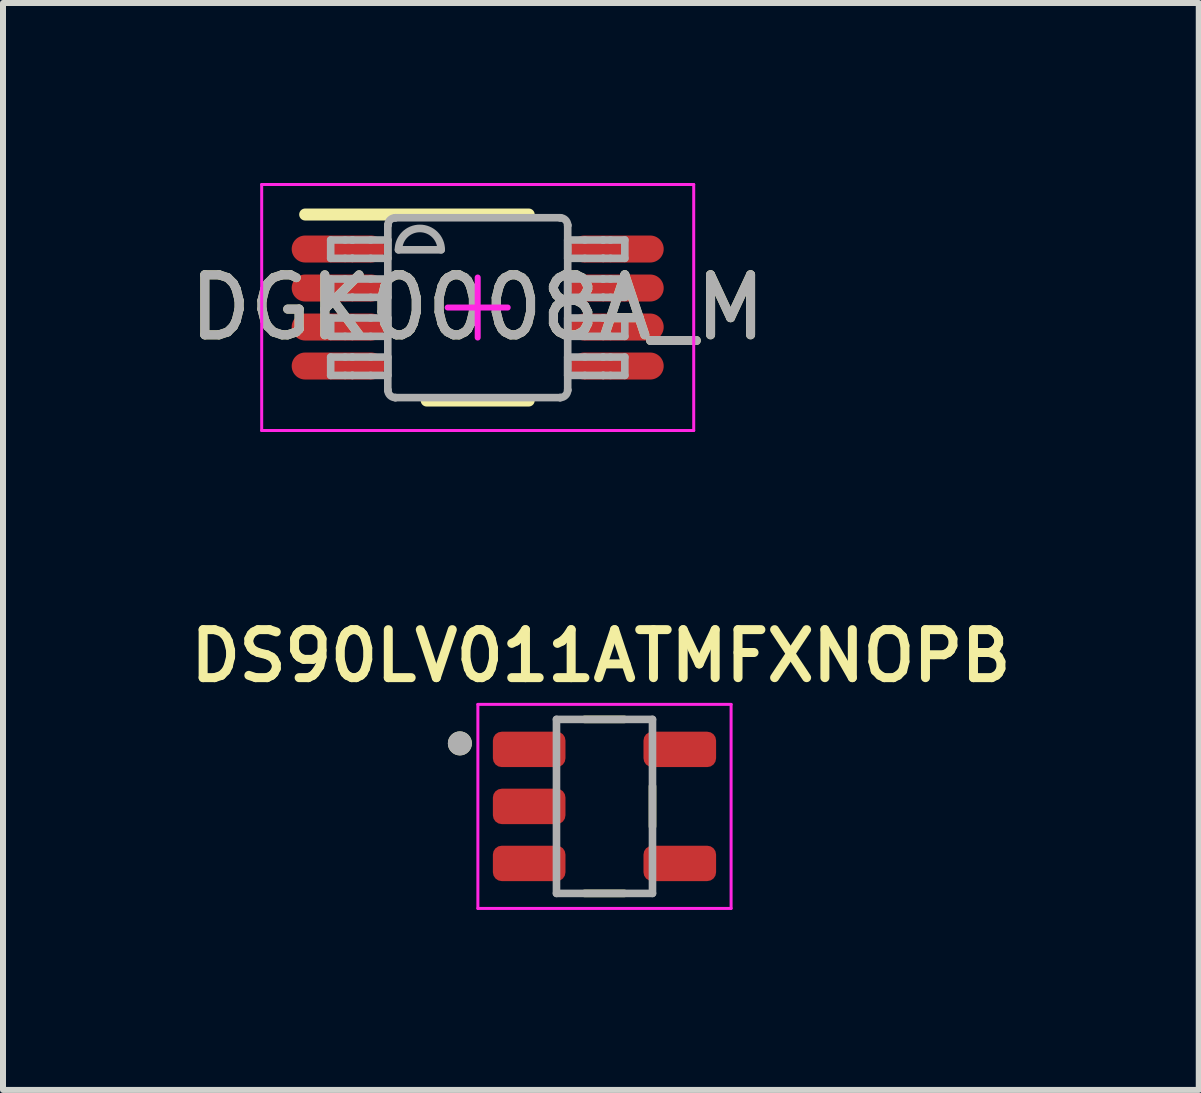
<source format=kicad_pcb>
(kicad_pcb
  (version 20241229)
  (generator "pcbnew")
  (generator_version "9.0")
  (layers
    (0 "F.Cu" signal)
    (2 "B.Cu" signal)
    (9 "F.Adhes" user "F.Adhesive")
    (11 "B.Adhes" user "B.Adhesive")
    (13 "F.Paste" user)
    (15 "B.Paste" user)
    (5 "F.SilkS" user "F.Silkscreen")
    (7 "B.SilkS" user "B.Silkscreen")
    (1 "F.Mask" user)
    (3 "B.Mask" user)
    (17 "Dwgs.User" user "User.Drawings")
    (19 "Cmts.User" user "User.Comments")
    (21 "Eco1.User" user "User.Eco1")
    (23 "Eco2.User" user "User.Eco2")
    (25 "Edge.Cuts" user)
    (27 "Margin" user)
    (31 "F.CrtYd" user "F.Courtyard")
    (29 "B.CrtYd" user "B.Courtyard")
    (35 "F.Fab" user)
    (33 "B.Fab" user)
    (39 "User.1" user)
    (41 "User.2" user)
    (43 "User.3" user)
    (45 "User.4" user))
  (footprint "DGK0008A_M"
    (layer "F.Cu")
    (at 4.911 2.075)
    (property "Reference" "DGK0008A_M" (at 0 0 0) (unlocked yes) (layer "F.SilkS") (effects (font (size 1 1) (thickness 0.15))))
    (attr smd)
    (fp_line (start -2.875 -1.55) (end 0.85 -1.55) (stroke (width 0.2) (type solid)) (layer "F.SilkS"))
    (fp_line (start -0.85 1.55) (end 0.85 1.55) (stroke (width 0.2) (type solid)) (layer "F.SilkS"))
    (fp_line (start -3.6 -2.05) (end 3.6 -2.05) (stroke (width 0.05) (type solid)) (layer "F.CrtYd"))
    (fp_line (start -3.6 2.05) (end -3.6 -2.05) (stroke (width 0.05) (type solid)) (layer "F.CrtYd"))
    (fp_line (start -3.6 2.05) (end 3.6 2.05) (stroke (width 0.05) (type solid)) (layer "F.CrtYd"))
    (fp_line (start -0.5 0) (end 0.5 0) (stroke (width 0.1) (type solid)) (layer "F.CrtYd"))
    (fp_line (start 0 0.5) (end 0 -0.5) (stroke (width 0.1) (type solid)) (layer "F.CrtYd"))
    (fp_line (start 3.6 2.05) (end 3.6 -2.05) (stroke (width 0.05) (type solid)) (layer "F.CrtYd"))
    (fp_line (start -2.45 -1.125) (end -2.21 -1.125) (stroke (width 0.127) (type solid)) (layer "F.Fab"))
    (fp_line (start -2.45 -0.82) (end -2.45 -1.125) (stroke (width 0.127) (type solid)) (layer "F.Fab"))
    (fp_line (start -2.45 -0.82) (end -2.21 -0.82) (stroke (width 0.127) (type solid)) (layer "F.Fab"))
    (fp_line (start -2.45 -0.475) (end -2.21 -0.475) (stroke (width 0.127) (type solid)) (layer "F.Fab"))
    (fp_line (start -2.45 -0.17) (end -2.45 -0.475) (stroke (width 0.127) (type solid)) (layer "F.Fab"))
    (fp_line (start -2.45 -0.17) (end -2.21 -0.17) (stroke (width 0.127) (type solid)) (layer "F.Fab"))
    (fp_line (start -2.45 0.175) (end -2.21 0.175) (stroke (width 0.127) (type solid)) (layer "F.Fab"))
    (fp_line (start -2.45 0.48) (end -2.45 0.175) (stroke (width 0.127) (type solid)) (layer "F.Fab"))
    (fp_line (start -2.45 0.48) (end -2.21 0.48) (stroke (width 0.127) (type solid)) (layer "F.Fab"))
    (fp_line (start -2.45 0.826) (end -2.21 0.826) (stroke (width 0.127) (type solid)) (layer "F.Fab"))
    (fp_line (start -2.45 1.131) (end -2.45 0.826) (stroke (width 0.127) (type solid)) (layer "F.Fab"))
    (fp_line (start -2.45 1.131) (end -2.21 1.131) (stroke (width 0.127) (type solid)) (layer "F.Fab"))
    (fp_line (start -2.21 -1.125) (end -2.091 -1.125) (stroke (width 0.127) (type solid)) (layer "F.Fab"))
    (fp_line (start -2.21 -0.82) (end -2.091 -0.82) (stroke (width 0.127) (type solid)) (layer "F.Fab"))
    (fp_line (start -2.21 -0.475) (end -2.091 -0.475) (stroke (width 0.127) (type solid)) (layer "F.Fab"))
    (fp_line (start -2.21 -0.17) (end -2.091 -0.17) (stroke (width 0.127) (type solid)) (layer "F.Fab"))
    (fp_line (start -2.21 0.175) (end -2.091 0.175) (stroke (width 0.127) (type solid)) (layer "F.Fab"))
    (fp_line (start -2.21 0.48) (end -2.091 0.48) (stroke (width 0.127) (type solid)) (layer "F.Fab"))
    (fp_line (start -2.21 0.826) (end -2.091 0.826) (stroke (width 0.127) (type solid)) (layer "F.Fab"))
    (fp_line (start -2.21 1.131) (end -2.091 1.131) (stroke (width 0.127) (type solid)) (layer "F.Fab"))
    (fp_line (start -2.091 -1.125) (end -2.087 -1.125) (stroke (width 0.127) (type solid)) (layer "F.Fab"))
    (fp_line (start -2.091 -0.82) (end -2.087 -0.82) (stroke (width 0.127) (type solid)) (layer "F.Fab"))
    (fp_line (start -2.091 -0.475) (end -2.087 -0.475) (stroke (width 0.127) (type solid)) (layer "F.Fab"))
    (fp_line (start -2.091 -0.17) (end -2.087 -0.17) (stroke (width 0.127) (type solid)) (layer "F.Fab"))
    (fp_line (start -2.091 0.175) (end -2.087 0.175) (stroke (width 0.127) (type solid)) (layer "F.Fab"))
    (fp_line (start -2.091 0.48) (end -2.087 0.48) (stroke (width 0.127) (type solid)) (layer "F.Fab"))
    (fp_line (start -2.091 0.826) (end -2.087 0.826) (stroke (width 0.127) (type solid)) (layer "F.Fab"))
    (fp_line (start -2.091 1.131) (end -2.087 1.131) (stroke (width 0.127) (type solid)) (layer "F.Fab"))
    (fp_line (start -2.087 -1.125) (end -1.784 -1.125) (stroke (width 0.127) (type solid)) (layer "F.Fab"))
    (fp_line (start -2.087 -0.82) (end -1.784 -0.82) (stroke (width 0.127) (type solid)) (layer "F.Fab"))
    (fp_line (start -2.087 -0.475) (end -1.784 -0.475) (stroke (width 0.127) (type solid)) (layer "F.Fab"))
    (fp_line (start -2.087 -0.17) (end -1.784 -0.17) (stroke (width 0.127) (type solid)) (layer "F.Fab"))
    (fp_line (start -2.087 0.175) (end -1.784 0.175) (stroke (width 0.127) (type solid)) (layer "F.Fab"))
    (fp_line (start -2.087 0.48) (end -1.784 0.48) (stroke (width 0.127) (type solid)) (layer "F.Fab"))
    (fp_line (start -2.087 0.826) (end -1.784 0.826) (stroke (width 0.127) (type solid)) (layer "F.Fab"))
    (fp_line (start -2.087 1.131) (end -1.784 1.131) (stroke (width 0.127) (type solid)) (layer "F.Fab"))
    (fp_line (start -1.784 -1.125) (end -1.498 -1.125) (stroke (width 0.127) (type solid)) (layer "F.Fab"))
    (fp_line (start -1.784 -0.82) (end -1.498 -0.82) (stroke (width 0.127) (type solid)) (layer "F.Fab"))
    (fp_line (start -1.784 -0.475) (end -1.498 -0.475) (stroke (width 0.127) (type solid)) (layer "F.Fab"))
    (fp_line (start -1.784 -0.17) (end -1.498 -0.17) (stroke (width 0.127) (type solid)) (layer "F.Fab"))
    (fp_line (start -1.784 0.175) (end -1.498 0.175) (stroke (width 0.127) (type solid)) (layer "F.Fab"))
    (fp_line (start -1.784 0.48) (end -1.498 0.48) (stroke (width 0.127) (type solid)) (layer "F.Fab"))
    (fp_line (start -1.784 0.826) (end -1.498 0.826) (stroke (width 0.127) (type solid)) (layer "F.Fab"))
    (fp_line (start -1.784 1.131) (end -1.498 1.131) (stroke (width 0.127) (type solid)) (layer "F.Fab"))
    (fp_line (start -1.498 -1.369) (end -1.497 -1.372) (stroke (width 0.127) (type solid)) (layer "F.Fab"))
    (fp_line (start -1.498 -0.82) (end -1.498 -1.125) (stroke (width 0.127) (type solid)) (layer "F.Fab"))
    (fp_line (start -1.498 -0.17) (end -1.498 -0.475) (stroke (width 0.127) (type solid)) (layer "F.Fab"))
    (fp_line (start -1.498 0.48) (end -1.498 0.175) (stroke (width 0.127) (type solid)) (layer "F.Fab"))
    (fp_line (start -1.498 1.131) (end -1.498 0.826) (stroke (width 0.127) (type solid)) (layer "F.Fab"))
    (fp_line (start -1.498 1.374) (end -1.498 -1.369) (stroke (width 0.127) (type solid)) (layer "F.Fab"))
    (fp_line (start -1.498 1.374) (end -1.497 1.377) (stroke (width 0.127) (type solid)) (layer "F.Fab"))
    (fp_line (start -1.373 -1.496) (end -1.371 -1.496) (stroke (width 0.127) (type solid)) (layer "F.Fab"))
    (fp_line (start -1.373 1.501) (end -1.371 1.501) (stroke (width 0.127) (type solid)) (layer "F.Fab"))
    (fp_line (start -1.371 -1.496) (end 1.373 -1.496) (stroke (width 0.127) (type solid)) (layer "F.Fab"))
    (fp_line (start -1.371 1.501) (end 1.373 1.501) (stroke (width 0.127) (type solid)) (layer "F.Fab"))
    (fp_line (start -1.32 -0.962) (end -0.609 -0.962) (stroke (width 0.127) (type solid)) (layer "F.Fab"))
    (fp_line (start 1.373 -1.496) (end 1.375 -1.496) (stroke (width 0.127) (type solid)) (layer "F.Fab"))
    (fp_line (start 1.373 1.501) (end 1.375 1.501) (stroke (width 0.127) (type solid)) (layer "F.Fab"))
    (fp_line (start 1.5 -1.372) (end 1.5 -1.369) (stroke (width 0.127) (type solid)) (layer "F.Fab"))
    (fp_line (start 1.5 1.377) (end 1.5 1.374) (stroke (width 0.127) (type solid)) (layer "F.Fab"))
    (fp_line (start 1.5 -1.125) (end 1.786 -1.125) (stroke (width 0.127) (type solid)) (layer "F.Fab"))
    (fp_line (start 1.5 -0.82) (end 1.5 -1.125) (stroke (width 0.127) (type solid)) (layer "F.Fab"))
    (fp_line (start 1.5 -0.82) (end 1.786 -0.82) (stroke (width 0.127) (type solid)) (layer "F.Fab"))
    (fp_line (start 1.5 -0.475) (end 1.786 -0.475) (stroke (width 0.127) (type solid)) (layer "F.Fab"))
    (fp_line (start 1.5 -0.17) (end 1.5 -0.475) (stroke (width 0.127) (type solid)) (layer "F.Fab"))
    (fp_line (start 1.5 -0.17) (end 1.786 -0.17) (stroke (width 0.127) (type solid)) (layer "F.Fab"))
    (fp_line (start 1.5 0.175) (end 1.786 0.175) (stroke (width 0.127) (type solid)) (layer "F.Fab"))
    (fp_line (start 1.5 0.48) (end 1.5 0.175) (stroke (width 0.127) (type solid)) (layer "F.Fab"))
    (fp_line (start 1.5 0.48) (end 1.786 0.48) (stroke (width 0.127) (type solid)) (layer "F.Fab"))
    (fp_line (start 1.5 0.826) (end 1.786 0.826) (stroke (width 0.127) (type solid)) (layer "F.Fab"))
    (fp_line (start 1.5 1.131) (end 1.5 0.826) (stroke (width 0.127) (type solid)) (layer "F.Fab"))
    (fp_line (start 1.5 1.131) (end 1.786 1.131) (stroke (width 0.127) (type solid)) (layer "F.Fab"))
    (fp_line (start 1.5 1.374) (end 1.5 -1.369) (stroke (width 0.127) (type solid)) (layer "F.Fab"))
    (fp_line (start 1.786 -1.125) (end 2.089 -1.125) (stroke (width 0.127) (type solid)) (layer "F.Fab"))
    (fp_line (start 1.786 -0.82) (end 2.089 -0.82) (stroke (width 0.127) (type solid)) (layer "F.Fab"))
    (fp_line (start 1.786 -0.475) (end 2.089 -0.475) (stroke (width 0.127) (type solid)) (layer "F.Fab"))
    (fp_line (start 1.786 -0.17) (end 2.089 -0.17) (stroke (width 0.127) (type solid)) (layer "F.Fab"))
    (fp_line (start 1.786 0.175) (end 2.089 0.175) (stroke (width 0.127) (type solid)) (layer "F.Fab"))
    (fp_line (start 1.786 0.48) (end 2.089 0.48) (stroke (width 0.127) (type solid)) (layer "F.Fab"))
    (fp_line (start 1.786 0.826) (end 2.089 0.826) (stroke (width 0.127) (type solid)) (layer "F.Fab"))
    (fp_line (start 1.786 1.131) (end 2.089 1.131) (stroke (width 0.127) (type solid)) (layer "F.Fab"))
    (fp_line (start 2.089 -1.125) (end 2.093 -1.125) (stroke (width 0.127) (type solid)) (layer "F.Fab"))
    (fp_line (start 2.089 -0.82) (end 2.093 -0.82) (stroke (width 0.127) (type solid)) (layer "F.Fab"))
    (fp_line (start 2.089 -0.475) (end 2.093 -0.475) (stroke (width 0.127) (type solid)) (layer "F.Fab"))
    (fp_line (start 2.089 -0.17) (end 2.093 -0.17) (stroke (width 0.127) (type solid)) (layer "F.Fab"))
    (fp_line (start 2.089 0.175) (end 2.093 0.175) (stroke (width 0.127) (type solid)) (layer "F.Fab"))
    (fp_line (start 2.089 0.48) (end 2.093 0.48) (stroke (width 0.127) (type solid)) (layer "F.Fab"))
    (fp_line (start 2.089 0.826) (end 2.093 0.826) (stroke (width 0.127) (type solid)) (layer "F.Fab"))
    (fp_line (start 2.089 1.131) (end 2.093 1.131) (stroke (width 0.127) (type solid)) (layer "F.Fab"))
    (fp_line (start 2.093 -1.125) (end 2.213 -1.125) (stroke (width 0.127) (type solid)) (layer "F.Fab"))
    (fp_line (start 2.093 -0.82) (end 2.213 -0.82) (stroke (width 0.127) (type solid)) (layer "F.Fab"))
    (fp_line (start 2.093 -0.475) (end 2.213 -0.475) (stroke (width 0.127) (type solid)) (layer "F.Fab"))
    (fp_line (start 2.093 -0.17) (end 2.213 -0.17) (stroke (width 0.127) (type solid)) (layer "F.Fab"))
    (fp_line (start 2.093 0.175) (end 2.213 0.175) (stroke (width 0.127) (type solid)) (layer "F.Fab"))
    (fp_line (start 2.093 0.48) (end 2.213 0.48) (stroke (width 0.127) (type solid)) (layer "F.Fab"))
    (fp_line (start 2.093 0.826) (end 2.213 0.826) (stroke (width 0.127) (type solid)) (layer "F.Fab"))
    (fp_line (start 2.093 1.131) (end 2.213 1.131) (stroke (width 0.127) (type solid)) (layer "F.Fab"))
    (fp_line (start 2.213 -1.125) (end 2.452 -1.125) (stroke (width 0.127) (type solid)) (layer "F.Fab"))
    (fp_line (start 2.213 -0.82) (end 2.452 -0.82) (stroke (width 0.127) (type solid)) (layer "F.Fab"))
    (fp_line (start 2.213 -0.475) (end 2.452 -0.475) (stroke (width 0.127) (type solid)) (layer "F.Fab"))
    (fp_line (start 2.213 -0.17) (end 2.452 -0.17) (stroke (width 0.127) (type solid)) (layer "F.Fab"))
    (fp_line (start 2.213 0.175) (end 2.452 0.175) (stroke (width 0.127) (type solid)) (layer "F.Fab"))
    (fp_line (start 2.213 0.48) (end 2.452 0.48) (stroke (width 0.127) (type solid)) (layer "F.Fab"))
    (fp_line (start 2.213 0.826) (end 2.452 0.826) (stroke (width 0.127) (type solid)) (layer "F.Fab"))
    (fp_line (start 2.213 1.131) (end 2.452 1.131) (stroke (width 0.127) (type solid)) (layer "F.Fab"))
    (fp_line (start 2.452 -0.82) (end 2.452 -1.125) (stroke (width 0.127) (type solid)) (layer "F.Fab"))
    (fp_line (start 2.452 -0.17) (end 2.452 -0.475) (stroke (width 0.127) (type solid)) (layer "F.Fab"))
    (fp_line (start 2.452 0.48) (end 2.452 0.175) (stroke (width 0.127) (type solid)) (layer "F.Fab"))
    (fp_line (start 2.452 1.131) (end 2.452 0.826) (stroke (width 0.127) (type solid)) (layer "F.Fab"))
    (fp_arc (start -1.497476 -1.371582) (mid -1.460306 -1.458644) (end -1.373243 -1.495814) (stroke (width 0.127) (type solid)) (layer "F.Fab"))
    (fp_arc (start -1.373243 1.501336) (mid -1.460306 1.464166) (end -1.497476 1.377104) (stroke (width 0.127) (type solid)) (layer "F.Fab"))
    (fp_arc (start -1.3197 -0.962439) (mid -0.9641 -1.318039) (end -0.6085 -0.962439) (stroke (width 0.127) (type solid)) (layer "F.Fab"))
    (fp_arc (start 1.375443 -1.495814) (mid 1.462505 -1.458644) (end 1.499675 -1.371582) (stroke (width 0.127) (type solid)) (layer "F.Fab"))
    (fp_arc (start 1.499675 1.377104) (mid 1.462505 1.464166) (end 1.375443 1.501336) (stroke (width 0.127) (type solid)) (layer "F.Fab"))
    (fp_text user "${REFERENCE}" (at 0 0 0) (unlocked yes) (layer "F.Fab") (effects (font (size 1 1) (thickness 0.15))))
    (pad "1" smd oval (at -2.325 -0.975 90) (size 0.45 1.55) (layers "F.Cu" "F.Mask" "F.Paste"))
    (pad "2" smd oval (at -2.325 -0.325 90) (size 0.45 1.55) (layers "F.Cu" "F.Mask" "F.Paste"))
    (pad "3" smd oval (at -2.325 0.325 90) (size 0.45 1.55) (layers "F.Cu" "F.Mask" "F.Paste"))
    (pad "4" smd oval (at -2.325 0.975 90) (size 0.45 1.55) (layers "F.Cu" "F.Mask" "F.Paste"))
    (pad "5" smd oval (at 2.325 0.975 90) (size 0.45 1.55) (layers "F.Cu" "F.Mask" "F.Paste"))
    (pad "6" smd oval (at 2.325 0.325 90) (size 0.45 1.55) (layers "F.Cu" "F.Mask" "F.Paste"))
    (pad "7" smd oval (at 2.325 -0.325 90) (size 0.45 1.55) (layers "F.Cu" "F.Mask" "F.Paste"))
    (pad "8" smd oval (at 2.325 -0.975 90) (size 0.45 1.55) (layers "F.Cu" "F.Mask" "F.Paste")))
  (footprint "DS90LV011ATMFXNOPB"
    (layer "F.Cu")
    (at 7.024 10.389)
    (property "Reference" "DS90LV011ATMFXNOPB" (at -0.06 -2.508 0) (layer "F.SilkS") (effects (font (size 0.8 0.8) (thickness 0.15))))
    (attr smd)
    (fp_line (start -0.33 -1.45) (end 0.33 -1.45) (stroke (width 0.127) (type solid)) (layer "F.SilkS"))
    (fp_line (start 0.33 1.45) (end -0.33 1.45) (stroke (width 0.127) (type solid)) (layer "F.SilkS"))
    (fp_line (start 0.8 -0.335) (end 0.8 0.335) (stroke (width 0.127) (type solid)) (layer "F.SilkS"))
    (fp_circle (center -2.41 -1.05) (end -2.31 -1.05) (stroke (width 0.2) (type solid)) (fill no) (layer "F.SilkS"))
    (fp_line (start -2.11 -1.7) (end 2.11 -1.7) (stroke (width 0.05) (type solid)) (layer "F.CrtYd"))
    (fp_line (start -2.11 1.7) (end -2.11 -1.7) (stroke (width 0.05) (type solid)) (layer "F.CrtYd"))
    (fp_line (start 2.11 -1.7) (end 2.11 1.7) (stroke (width 0.05) (type solid)) (layer "F.CrtYd"))
    (fp_line (start 2.11 1.7) (end -2.11 1.7) (stroke (width 0.05) (type solid)) (layer "F.CrtYd"))
    (fp_line (start -0.8 -1.45) (end 0.8 -1.45) (stroke (width 0.127) (type solid)) (layer "F.Fab"))
    (fp_line (start -0.8 1.45) (end -0.8 -1.45) (stroke (width 0.127) (type solid)) (layer "F.Fab"))
    (fp_line (start 0.8 -1.45) (end 0.8 1.45) (stroke (width 0.127) (type solid)) (layer "F.Fab"))
    (fp_line (start 0.8 1.45) (end -0.8 1.45) (stroke (width 0.127) (type solid)) (layer "F.Fab"))
    (fp_circle (center -2.41 -1.05) (end -2.31 -1.05) (stroke (width 0.2) (type solid)) (fill no) (layer "F.Fab"))
    (pad "1" smd roundrect (at -1.255 -0.95) (size 1.21 0.59) (layers "F.Cu" "F.Mask" "F.Paste") (roundrect_rratio 0.25))
    (pad "2" smd roundrect (at -1.255 0) (size 1.21 0.59) (layers "F.Cu" "F.Mask" "F.Paste") (roundrect_rratio 0.25))
    (pad "3" smd roundrect (at -1.255 0.95) (size 1.21 0.59) (layers "F.Cu" "F.Mask" "F.Paste") (roundrect_rratio 0.25))
    (pad "4" smd roundrect (at 1.255 0.95) (size 1.21 0.59) (layers "F.Cu" "F.Mask" "F.Paste") (roundrect_rratio 0.25))
    (pad "5" smd roundrect (at 1.255 -0.95) (size 1.21 0.59) (layers "F.Cu" "F.Mask" "F.Paste") (roundrect_rratio 0.25)))
  (gr_rect
    (start -3 -3)
    (end 16.928 15.114)
    (stroke (width 0.1) (type default))
    (fill no)
    (layer "Edge.Cuts")))
</source>
